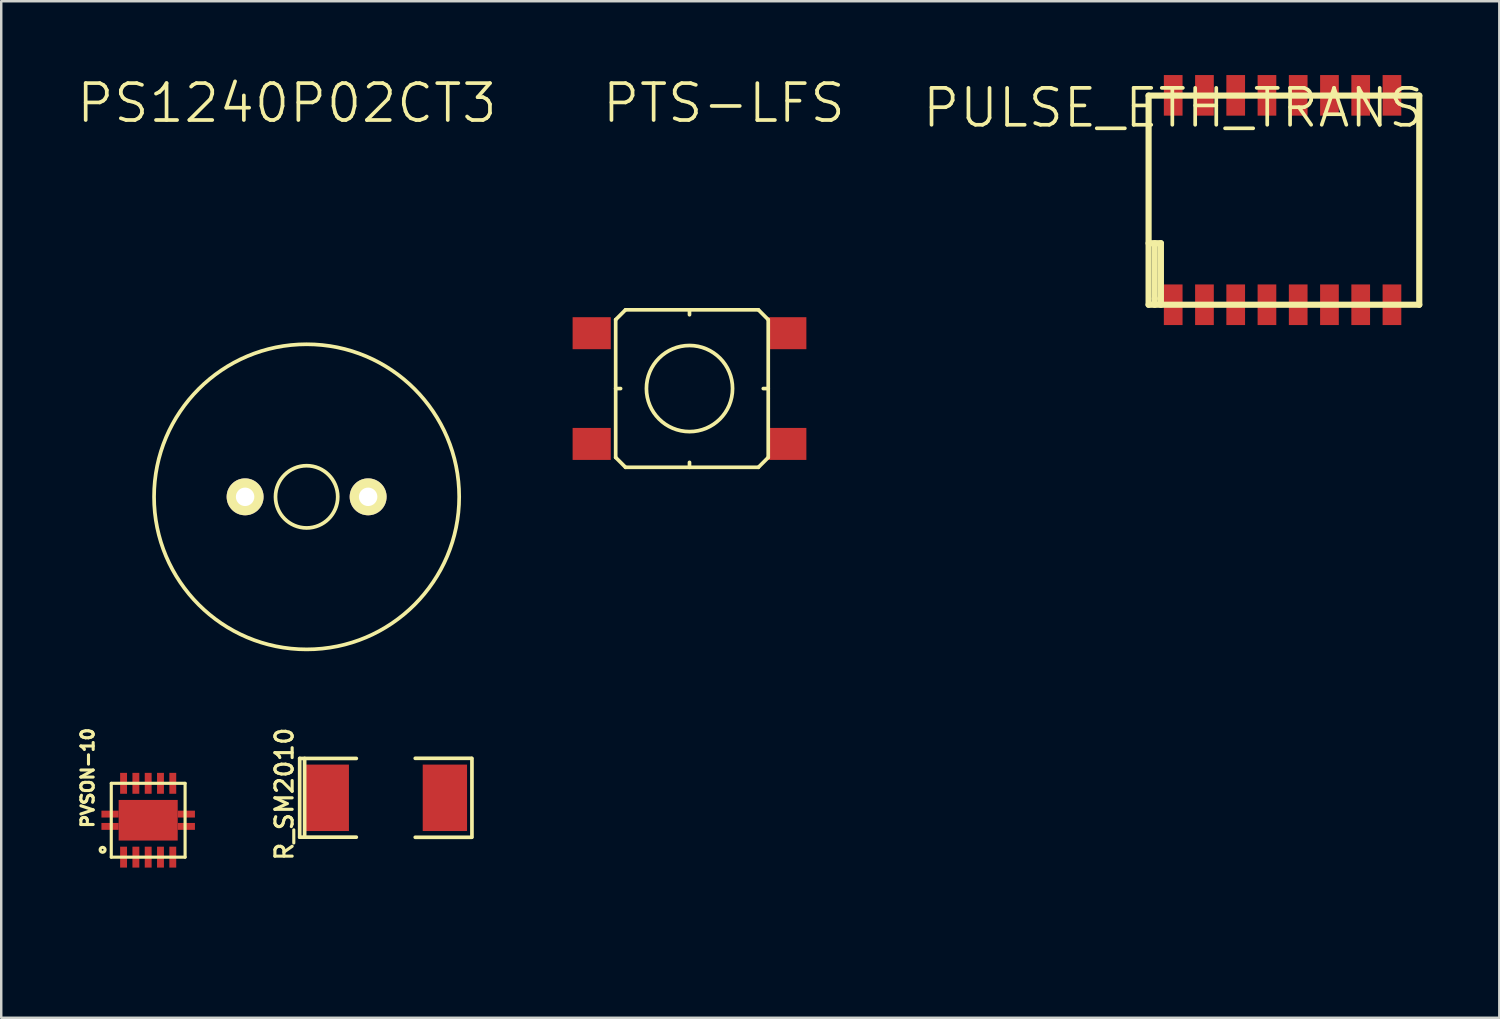
<source format=kicad_pcb>
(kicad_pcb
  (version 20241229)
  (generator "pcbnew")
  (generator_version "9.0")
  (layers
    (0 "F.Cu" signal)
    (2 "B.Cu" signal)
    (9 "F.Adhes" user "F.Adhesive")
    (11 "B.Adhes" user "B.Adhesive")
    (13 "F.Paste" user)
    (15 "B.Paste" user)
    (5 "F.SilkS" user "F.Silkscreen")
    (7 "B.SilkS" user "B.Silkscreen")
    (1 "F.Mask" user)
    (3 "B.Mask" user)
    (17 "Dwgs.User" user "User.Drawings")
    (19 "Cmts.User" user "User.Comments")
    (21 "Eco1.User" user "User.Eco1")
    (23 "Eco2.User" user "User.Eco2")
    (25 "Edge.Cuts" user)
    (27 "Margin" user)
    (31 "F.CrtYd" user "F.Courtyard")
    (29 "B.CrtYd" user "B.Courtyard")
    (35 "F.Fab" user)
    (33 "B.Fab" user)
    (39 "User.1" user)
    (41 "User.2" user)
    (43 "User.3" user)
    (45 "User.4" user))
  (footprint "Roboteurs_Logo_Mask"
    (layer "F.Cu")
    (at 31.84 30.793)
    (property "Reference" "Roboteurs_Logo_Mask" (at 0 0 0) (layer "F.Mask") (effects (font (size 1.524 1.524) (thickness 0.3))))
    (attr through_hole)
    (fp_poly (pts (xy 1.239 2.14) (xy 1.184 1.874) (xy 1.066 1.621) (xy 0.887 1.39) (xy 0.867 1.369) (xy 0.717 1.233) (xy 0.578 1.14) (xy 0.459 1.087) (xy 0.195 1.016) (xy -0.07 0.996) (xy -0.317 1.029) (xy -0.336 1.034) (xy -0.595 1.133) (xy -0.812 1.278) (xy -0.997 1.477) (xy -1.073 1.585) (xy -1.195 1.831) (xy -1.256 2.091) (xy -1.259 2.355) (xy -1.208 2.614) (xy -1.105 2.857) (xy -0.953 3.075) (xy -0.755 3.258) (xy -0.549 3.38) (xy -0.324 3.454) (xy -0.072 3.487) (xy 0.181 3.477) (xy 0.41 3.423) (xy 0.416 3.421) (xy 0.673 3.293) (xy 0.885 3.117) (xy 1.024 2.941) (xy 1.16 2.682) (xy 1.231 2.412) (xy 1.239 2.14)) (stroke (width 0.1) (type solid)) (fill yes) (layer "F.Mask"))
    (fp_poly (pts (xy 3.173 -1.688) (xy 3.152 -1.857) (xy 3.117 -1.945) (xy 3.036 -2.069) (xy 2.925 -2.153) (xy 2.9 -2.165) (xy 2.76 -2.22) (xy 2.643 -2.231) (xy 2.52 -2.198) (xy 2.497 -2.189) (xy 2.348 -2.093) (xy 2.247 -1.96) (xy 2.196 -1.804) (xy 2.197 -1.639) (xy 2.255 -1.48) (xy 2.327 -1.383) (xy 2.368 -1.336) (xy 2.391 -1.292) (xy 2.398 -1.233) (xy 2.391 -1.142) (xy 2.374 -1.013) (xy 2.357 -0.882) (xy 2.344 -0.776) (xy 2.337 -0.714) (xy 2.337 -0.706) (xy 2.309 -0.676) (xy 2.24 -0.637) (xy 2.227 -0.631) (xy 2.085 -0.542) (xy 1.98 -0.418) (xy 1.934 -0.301) (xy 1.922 -0.258) (xy 1.9 -0.221) (xy 1.858 -0.186) (xy 1.786 -0.145) (xy 1.675 -0.093) (xy 1.515 -0.024) (xy 1.438 0.008) (xy 0.965 0.208) (xy 0.769 0.149) (xy 0.662 0.113) (xy 0.584 0.081) (xy 0.556 0.063) (xy 0.564 0.026) (xy 0.595 -0.065) (xy 0.646 -0.202) (xy 0.714 -0.376) (xy 0.795 -0.578) (xy 0.882 -0.792) (xy 0.989 -1.047) (xy 1.074 -1.247) (xy 1.141 -1.397) (xy 1.193 -1.504) (xy 1.234 -1.575) (xy 1.267 -1.617) (xy 1.295 -1.637) (xy 1.303 -1.639) (xy 1.373 -1.676) (xy 1.455 -1.746) (xy 1.483 -1.775) (xy 1.579 -1.929) (xy 1.614 -2.094) (xy 1.589 -2.255) (xy 1.508 -2.402) (xy 1.374 -2.521) (xy 1.329 -2.546) (xy 1.171 -2.627) (xy 1.041 -3.042) (xy 0.911 -3.456) (xy 0.978 -3.541) (xy 1.053 -3.687) (xy 1.071 -3.847) (xy 1.037 -4.005) (xy 0.954 -4.145) (xy 0.826 -4.251) (xy 0.8 -4.265) (xy 0.65 -4.321) (xy 0.519 -4.327) (xy 0.389 -4.287) (xy 0.239 -4.186) (xy 0.138 -4.046) (xy 0.093 -3.878) (xy 0.109 -3.692) (xy 0.11 -3.69) (xy 0.158 -3.577) (xy 0.228 -3.489) (xy 0.233 -3.486) (xy 0.322 -3.417) (xy 0.396 -3.36) (xy 0.442 -3.298) (xy 0.498 -3.177) (xy 0.564 -2.993) (xy 0.605 -2.866) (xy 0.659 -2.688) (xy 0.695 -2.563) (xy 0.713 -2.478) (xy 0.716 -2.421) (xy 0.706 -2.381) (xy 0.689 -2.35) (xy 0.648 -2.239) (xy 0.638 -2.097) (xy 0.657 -1.951) (xy 0.689 -1.863) (xy 0.726 -1.782) (xy 0.745 -1.727) (xy 0.745 -1.722) (xy 0.732 -1.682) (xy 0.693 -1.581) (xy 0.629 -1.419) (xy 0.54 -1.198) (xy 0.426 -0.918) (xy 0.288 -0.582) (xy 0.126 -0.189) (xy 0.053 -0.012) (xy 0.021 -0.006) (xy -0.056 0.001) (xy -0.097 0.004) (xy -0.246 0.015) (xy -0.379 -0.414) (xy -0.512 -0.842) (xy -0.424 -0.975) (xy -0.34 -1.138) (xy -0.315 -1.293) (xy -0.35 -1.458) (xy -0.372 -1.515) (xy -0.446 -1.688) (xy -0.242 -2.324) (xy -0.18 -2.52) (xy -0.126 -2.692) (xy -0.084 -2.831) (xy -0.057 -2.927) (xy -0.047 -2.97) (xy -0.047 -2.971) (xy -0.069 -2.948) (xy -0.123 -2.88) (xy -0.202 -2.778) (xy -0.298 -2.651) (xy -0.404 -2.508) (xy -0.514 -2.361) (xy -0.618 -2.219) (xy -0.71 -2.092) (xy -0.782 -1.99) (xy -0.826 -1.926) (xy -0.893 -1.859) (xy -0.993 -1.798) (xy -1.034 -1.78) (xy -1.191 -1.686) (xy -1.302 -1.55) (xy -1.362 -1.384) (xy -1.362 -1.203) (xy -1.356 -1.176) (xy -1.311 -1.065) (xy -1.233 -0.95) (xy -1.14 -0.853) (xy -1.05 -0.796) (xy -1.045 -0.794) (xy -1.01 -0.76) (xy -0.966 -0.674) (xy -0.912 -0.531) (xy -0.848 -0.34) (xy -0.798 -0.179) (xy -0.756 -0.042) (xy -0.726 0.059) (xy -0.712 0.11) (xy -0.711 0.114) (xy -0.741 0.131) (xy -0.814 0.151) (xy -0.832 0.155) (xy -0.891 0.16) (xy -0.961 0.151) (xy -1.055 0.125) (xy -1.183 0.079) (xy -1.358 0.009) (xy -1.418 -0.016) (xy -1.883 -0.21) (xy -1.958 -0.374) (xy -2.026 -0.492) (xy -2.11 -0.568) (xy -2.166 -0.599) (xy -2.224 -0.627) (xy -2.265 -0.656) (xy -2.295 -0.698) (xy -2.317 -0.766) (xy -2.337 -0.871) (xy -2.359 -1.025) (xy -2.372 -1.126) (xy -2.39 -1.268) (xy -2.397 -1.361) (xy -2.391 -1.421) (xy -2.369 -1.468) (xy -2.33 -1.518) (xy -2.326 -1.522) (xy -2.241 -1.671) (xy -2.214 -1.833) (xy -2.242 -1.994) (xy -2.321 -2.137) (xy -2.449 -2.247) (xy -2.485 -2.267) (xy -2.625 -2.322) (xy -2.742 -2.332) (xy -2.865 -2.3) (xy -2.888 -2.29) (xy -3.041 -2.193) (xy -3.143 -2.063) (xy -3.192 -1.91) (xy -3.186 -1.748) (xy -3.124 -1.59) (xy -3.009 -1.452) (xy -2.871 -1.33) (xy -2.819 -0.933) (xy -2.797 -0.762) (xy -2.785 -0.644) (xy -2.783 -0.564) (xy -2.792 -0.508) (xy -2.811 -0.461) (xy -2.825 -0.435) (xy -2.873 -0.301) (xy -2.885 -0.142) (xy -2.859 0.009) (xy -2.842 0.051) (xy -2.745 0.178) (xy -2.603 0.266) (xy -2.431 0.304) (xy -2.397 0.305) (xy -2.284 0.297) (xy -2.19 0.279) (xy -2.162 0.268) (xy -2.128 0.253) (xy -2.09 0.249) (xy -2.038 0.258) (xy -1.96 0.286) (xy -1.843 0.334) (xy -1.678 0.407) (xy -1.664 0.413) (xy -1.449 0.508) (xy -1.635 0.709) (xy -1.879 1.014) (xy -2.058 1.335) (xy -2.176 1.678) (xy -2.229 1.979) (xy -2.24 2.38) (xy -2.188 2.761) (xy -2.072 3.12) (xy -1.893 3.454) (xy -1.652 3.761) (xy -1.572 3.844) (xy -1.278 4.09) (xy -0.958 4.274) (xy -0.609 4.398) (xy -0.23 4.461) (xy -0.002 4.47) (xy 0.282 4.457) (xy 0.533 4.414) (xy 0.782 4.333) (xy 0.999 4.236) (xy 1.317 4.045) (xy 1.589 3.809) (xy 1.815 3.538) (xy 1.992 3.236) (xy 2.119 2.912) (xy 2.196 2.573) (xy 2.22 2.226) (xy 2.191 1.878) (xy 2.106 1.536) (xy 1.966 1.207) (xy 1.792 0.937) (xy 1.792 2.21) (xy 1.786 2.444) (xy 1.758 2.651) (xy 1.746 2.705) (xy 1.629 3.018) (xy 1.458 3.302) (xy 1.241 3.55) (xy 0.985 3.756) (xy 0.698 3.914) (xy 0.388 4.018) (xy 0.064 4.062) (xy 0.001 4.064) (xy -0.345 4.03) (xy -0.671 3.936) (xy -0.97 3.786) (xy -1.235 3.584) (xy -1.46 3.335) (xy -1.64 3.045) (xy -1.767 2.718) (xy -1.779 2.673) (xy -1.825 2.378) (xy -1.817 2.066) (xy -1.759 1.754) (xy -1.654 1.463) (xy -1.559 1.288) (xy -1.343 1.011) (xy -1.087 0.784) (xy -0.799 0.61) (xy -0.487 0.494) (xy -0.158 0.436) (xy 0.182 0.441) (xy 0.474 0.497) (xy 0.782 0.615) (xy 1.064 0.79) (xy 1.312 1.013) (xy 1.517 1.275) (xy 1.672 1.567) (xy 1.743 1.779) (xy 1.778 1.979) (xy 1.792 2.21) (xy 1.792 0.937) (xy 1.768 0.9) (xy 1.64 0.748) (xy 1.558 0.653) (xy 1.502 0.577) (xy 1.483 0.533) (xy 1.485 0.528) (xy 1.529 0.507) (xy 1.619 0.466) (xy 1.738 0.414) (xy 1.792 0.391) (xy 1.93 0.334) (xy 2.032 0.301) (xy 2.124 0.286) (xy 2.231 0.287) (xy 2.336 0.294) (xy 2.606 0.315) (xy 2.738 0.183) (xy 2.853 0.032) (xy 2.901 -0.125) (xy 2.883 -0.295) (xy 2.85 -0.385) (xy 2.821 -0.457) (xy 2.804 -0.519) (xy 2.799 -0.589) (xy 2.806 -0.685) (xy 2.824 -0.823) (xy 2.835 -0.896) (xy 2.859 -1.057) (xy 2.882 -1.167) (xy 2.907 -1.244) (xy 2.943 -1.303) (xy 2.995 -1.361) (xy 3.014 -1.38) (xy 3.127 -1.53) (xy 3.173 -1.688)) (stroke (width 0.1) (type solid)) (fill yes) (layer "F.Mask")))
  (footprint "PS1240P02CT3"
    (layer "F.Cu")
    (at 9.411 17.141)
    (property "Reference" "PS1240P02CT3" (at -0.8 -16 0) (layer "F.SilkS") (effects (font (size 1.5 1.5) (thickness 0.15))))
    (attr through_hole)
    (fp_circle (center 0 0) (end 0.4 1.2) (stroke (width 0.15) (type solid)) (fill no) (layer "F.SilkS"))
    (fp_circle (center 0 0) (end 6.2 0) (stroke (width 0.15) (type solid)) (fill no) (layer "F.SilkS"))
    (pad "1" thru_hole circle (at -2.5 0) (size 1.5 1.5) (drill 0.75) (layers "*.Cu" "*.Mask" "F.SilkS"))
    (pad "2" thru_hole circle (at 2.5 0) (size 1.5 1.5) (drill 0.75) (layers "*.Cu" "*.Mask" "F.SilkS")))
  (footprint "PVSON-10"
    (layer "F.Cu")
    (at 2.972 30.285)
    (property "Reference" "PVSON-10" (at -2.46 -1.72 90) (layer "F.SilkS") (effects (font (size 0.5 0.5) (thickness 0.125))))
    (attr through_hole)
    (fp_line (start -1.5 -1.501) (end 1.5 -1.501) (stroke (width 0.127) (type solid)) (layer "F.SilkS"))
    (fp_line (start -1.5 1.5) (end -1.5 -1.5) (stroke (width 0.127) (type solid)) (layer "F.SilkS"))
    (fp_line (start 1.5 -1.5) (end 1.5 1.5) (stroke (width 0.127) (type solid)) (layer "F.SilkS"))
    (fp_line (start 1.5 1.501) (end -1.5 1.501) (stroke (width 0.127) (type solid)) (layer "F.SilkS"))
    (fp_circle (center -1.852 1.201) (end -1.953 1.201) (stroke (width 0.127) (type solid)) (fill no) (layer "F.SilkS"))
    (pad "1" smd rect (at -1 1.499) (size 0.28 0.85) (layers "F.Cu" "F.Mask" "F.Paste"))
    (pad "2" smd rect (at -0.5 1.499) (size 0.28 0.85) (layers "F.Cu" "F.Mask" "F.Paste"))
    (pad "3" smd rect (at 0.00032 1.499) (size 0.28 0.85) (layers "F.Cu" "F.Mask" "F.Paste"))
    (pad "4" smd rect (at 0.5 1.499) (size 0.28 0.85) (layers "F.Cu" "F.Mask" "F.Paste"))
    (pad "5" smd rect (at 1 1.499) (size 0.28 0.85) (layers "F.Cu" "F.Mask" "F.Paste"))
    (pad "6" smd rect (at 1 -1.501) (size 0.28 0.85) (layers "F.Cu" "F.Mask" "F.Paste"))
    (pad "7" smd rect (at 0.5 -1.501) (size 0.28 0.85) (layers "F.Cu" "F.Mask" "F.Paste"))
    (pad "8" smd rect (at 0.00032 -1.501) (size 0.28 0.85) (layers "F.Cu" "F.Mask" "F.Paste"))
    (pad "9" smd rect (at -1.55 -0.25) (size 0.7 0.28) (layers "F.Cu" "F.Mask" "F.Paste"))
    (pad "9" smd rect (at -1.55 0.25) (size 0.7 0.28) (layers "F.Cu" "F.Mask" "F.Paste"))
    (pad "9" smd rect (at -0.5 -1.501) (size 0.28 0.85) (layers "F.Cu" "F.Mask" "F.Paste"))
    (pad "9" smd rect (at 0 0) (size 2.4 1.65) (layers "F.Cu" "F.Mask" "F.Paste"))
    (pad "9" smd rect (at 1.55 -0.25) (size 0.7 0.28) (layers "F.Cu" "F.Mask" "F.Paste"))
    (pad "9" smd rect (at 1.55 0.25) (size 0.7 0.28) (layers "F.Cu" "F.Mask" "F.Paste"))
    (pad "10" smd rect (at -1 -1.501) (size 0.28 0.85) (layers "F.Cu" "F.Mask" "F.Paste")))
  (footprint "PULSE_ETH_TRANS"
    (layer "F.Cu")
    (at 44.629 9.335)
    (property "Reference" "PULSE_ETH_TRANS" (at 0 -8 0) (layer "F.SilkS") (effects (font (size 1.5 1.5) (thickness 0.15))))
    (attr through_hole)
    (fp_line (start -1 -8.5) (end -1 0) (stroke (width 0.25) (type solid)) (layer "F.SilkS"))
    (fp_line (start -1 -2.5) (end -0.5 -2.5) (stroke (width 0.25) (type solid)) (layer "F.SilkS"))
    (fp_line (start -1 0) (end 10 0) (stroke (width 0.25) (type solid)) (layer "F.SilkS"))
    (fp_line (start -0.75 -2.5) (end -0.75 -0.25) (stroke (width 0.25) (type solid)) (layer "F.SilkS"))
    (fp_line (start -0.75 -0.25) (end -0.75 0) (stroke (width 0.25) (type solid)) (layer "F.SilkS"))
    (fp_line (start -0.5 -2.5) (end -0.5 0) (stroke (width 0.25) (type solid)) (layer "F.SilkS"))
    (fp_line (start 10 -8.5) (end -1 -8.5) (stroke (width 0.25) (type solid)) (layer "F.SilkS"))
    (fp_line (start 10 0) (end 10 -8.5) (stroke (width 0.25) (type solid)) (layer "F.SilkS"))
    (pad "1" smd rect (at 0 0) (size 0.76 1.65) (layers "F.Cu" "F.Mask" "F.Paste"))
    (pad "2" smd rect (at 1.27 0) (size 0.76 1.65) (layers "F.Cu" "F.Mask" "F.Paste"))
    (pad "3" smd rect (at 2.54 0) (size 0.76 1.65) (layers "F.Cu" "F.Mask" "F.Paste"))
    (pad "4" smd rect (at 3.81 0) (size 0.76 1.65) (layers "F.Cu" "F.Mask" "F.Paste"))
    (pad "5" smd rect (at 5.08 0) (size 0.76 1.65) (layers "F.Cu" "F.Mask" "F.Paste"))
    (pad "6" smd rect (at 6.35 0) (size 0.76 1.65) (layers "F.Cu" "F.Mask" "F.Paste"))
    (pad "7" smd rect (at 7.62 0) (size 0.76 1.65) (layers "F.Cu" "F.Mask" "F.Paste"))
    (pad "8" smd rect (at 8.89 0) (size 0.76 1.65) (layers "F.Cu" "F.Mask" "F.Paste"))
    (pad "9" smd rect (at 8.89 -8.51) (size 0.76 1.65) (layers "F.Cu" "F.Mask" "F.Paste"))
    (pad "10" smd rect (at 7.62 -8.51) (size 0.76 1.65) (layers "F.Cu" "F.Mask" "F.Paste"))
    (pad "11" smd rect (at 6.35 -8.51) (size 0.76 1.65) (layers "F.Cu" "F.Mask" "F.Paste"))
    (pad "12" smd rect (at 5.08 -8.51) (size 0.76 1.65) (layers "F.Cu" "F.Mask" "F.Paste"))
    (pad "13" smd rect (at 3.81 -8.51) (size 0.76 1.65) (layers "F.Cu" "F.Mask" "F.Paste"))
    (pad "14" smd rect (at 2.54 -8.51) (size 0.76 1.65) (layers "F.Cu" "F.Mask" "F.Paste"))
    (pad "15" smd rect (at 1.27 -8.51) (size 0.76 1.65) (layers "F.Cu" "F.Mask" "F.Paste"))
    (pad "16" smd rect (at 0 -8.51) (size 0.76 1.65) (layers "F.Cu" "F.Mask" "F.Paste")))
  (footprint "R_SM2010"
    (layer "F.Cu")
    (at 12.63 29.373)
    (property "Reference" "R_SM2010" (at -4.125 -0.15 90) (layer "F.SilkS") (effects (font (size 0.701 0.701) (thickness 0.127))))
    (attr smd)
    (fp_line (start -3.5 -1.6) (end -3.5 1.6) (stroke (width 0.15) (type solid)) (layer "F.SilkS"))
    (fp_line (start -3.5 1.6) (end -1.2 1.6) (stroke (width 0.15) (type solid)) (layer "F.SilkS"))
    (fp_line (start -3.3 -1.6) (end -3.3 1.6) (stroke (width 0.15) (type solid)) (layer "F.SilkS"))
    (fp_line (start -1.2 -1.6) (end -3.5 -1.6) (stroke (width 0.15) (type solid)) (layer "F.SilkS"))
    (fp_line (start 1.196 1.605) (end 3.482 1.605) (stroke (width 0.15) (type solid)) (layer "F.SilkS"))
    (fp_line (start 3.482 -1.605) (end 1.196 -1.605) (stroke (width 0.15) (type solid)) (layer "F.SilkS"))
    (fp_line (start 3.5 -1.6) (end 3.5 1.6) (stroke (width 0.15) (type solid)) (layer "F.SilkS"))
    (pad "1" smd rect (at -2.4 0) (size 1.801 2.7) (layers "F.Cu" "F.Mask" "F.Paste"))
    (pad "2" smd rect (at 2.4 0) (size 1.801 2.7) (layers "F.Cu" "F.Mask" "F.Paste")))
  (footprint "PTS-LFS"
    (layer "F.Cu")
    (at 24.971 12.741)
    (property "Reference" "PTS-LFS" (at 1.4 -11.6 0) (layer "F.SilkS") (effects (font (size 1.5 1.5) (thickness 0.15))))
    (attr through_hole)
    (fp_line (start -3 0) (end -2.8 0) (stroke (width 0.15) (type solid)) (layer "F.SilkS"))
    (fp_line (start -3 2.8) (end -3 -2.8) (stroke (width 0.15) (type solid)) (layer "F.SilkS"))
    (fp_line (start -3 2.8) (end -2.6 3.2) (stroke (width 0.15) (type solid)) (layer "F.SilkS"))
    (fp_line (start -2.6 -3.2) (end -3 -2.8) (stroke (width 0.15) (type solid)) (layer "F.SilkS"))
    (fp_line (start -2.6 -3.2) (end 2.8 -3.2) (stroke (width 0.15) (type solid)) (layer "F.SilkS"))
    (fp_line (start 0 -3) (end 0 -3.2) (stroke (width 0.15) (type solid)) (layer "F.SilkS"))
    (fp_line (start 0 3) (end 0 3.2) (stroke (width 0.15) (type solid)) (layer "F.SilkS"))
    (fp_line (start 2.8 -3.2) (end 3.2 -2.8) (stroke (width 0.15) (type solid)) (layer "F.SilkS"))
    (fp_line (start 2.8 3.2) (end -2.6 3.2) (stroke (width 0.15) (type solid)) (layer "F.SilkS"))
    (fp_line (start 3 0) (end 3.2 0) (stroke (width 0.15) (type solid)) (layer "F.SilkS"))
    (fp_line (start 3.2 -2.8) (end 3.2 2.8) (stroke (width 0.15) (type solid)) (layer "F.SilkS"))
    (fp_line (start 3.2 2.8) (end 2.8 3.2) (stroke (width 0.15) (type solid)) (layer "F.SilkS"))
    (fp_circle (center 0 0) (end 1.75 0) (stroke (width 0.15) (type solid)) (fill no) (layer "F.SilkS"))
    (pad "1" smd rect (at 3.975 2.25) (size 1.55 1.3) (layers "F.Cu" "F.Mask" "F.Paste"))
    (pad "2" smd rect (at 3.975 -2.25) (size 1.55 1.3) (layers "F.Cu" "F.Mask" "F.Paste"))
    (pad "3" smd rect (at -3.975 -2.25) (size 1.55 1.3) (layers "F.Cu" "F.Mask" "F.Paste"))
    (pad "4" smd rect (at -3.975 2.25) (size 1.55 1.3) (layers "F.Cu" "F.Mask" "F.Paste")))
  (gr_rect
    (start -3 -3)
    (end 57.882 38.313)
    (stroke (width 0.1) (type default))
    (fill no)
    (layer "Edge.Cuts")))
</source>
